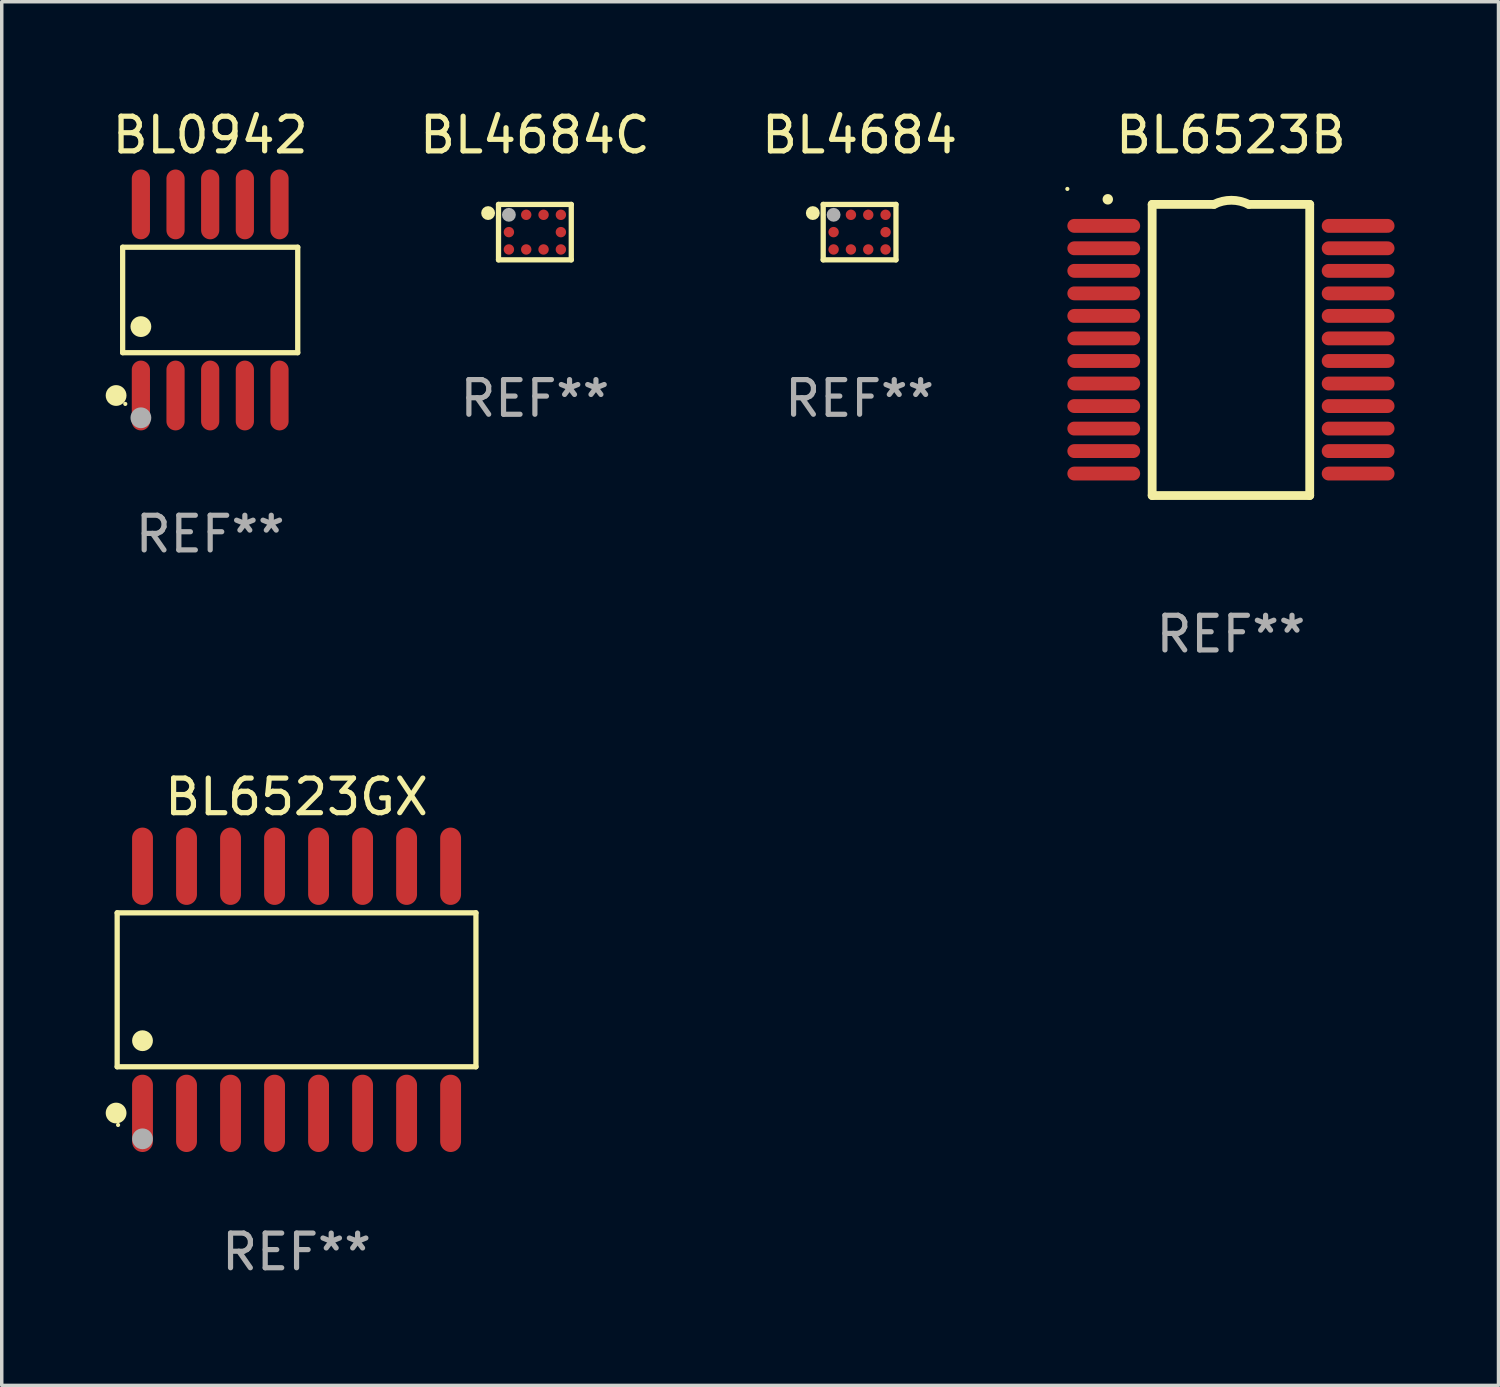
<source format=kicad_pcb>
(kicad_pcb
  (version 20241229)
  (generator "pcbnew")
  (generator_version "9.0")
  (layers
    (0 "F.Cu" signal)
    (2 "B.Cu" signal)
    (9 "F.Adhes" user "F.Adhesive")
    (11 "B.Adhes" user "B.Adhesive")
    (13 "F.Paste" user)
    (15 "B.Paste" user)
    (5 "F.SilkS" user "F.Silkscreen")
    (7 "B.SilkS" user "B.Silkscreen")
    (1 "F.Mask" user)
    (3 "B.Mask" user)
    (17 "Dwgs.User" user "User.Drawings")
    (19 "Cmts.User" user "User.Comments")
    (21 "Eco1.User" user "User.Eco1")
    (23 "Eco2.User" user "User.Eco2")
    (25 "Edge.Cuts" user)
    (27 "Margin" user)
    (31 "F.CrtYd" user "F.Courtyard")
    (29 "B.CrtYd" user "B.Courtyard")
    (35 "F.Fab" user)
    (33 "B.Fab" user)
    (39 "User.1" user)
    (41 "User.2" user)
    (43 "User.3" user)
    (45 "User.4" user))
  (footprint "BL4684"
    (layer "F.Cu")
    (at 21.753 3.648)
    (property "Reference" "BL4684" (at 0 -2.8 0) (layer "F.SilkS") (effects (font (size 1 1) (thickness 0.15))))
    (attr through_hole)
    (fp_line (start -1.05 -0.8) (end 1.05 -0.8) (stroke (width 0.152) (type solid)) (layer "F.SilkS"))
    (fp_line (start -1.05 0.8) (end -1.05 -0.8) (stroke (width 0.152) (type solid)) (layer "F.SilkS"))
    (fp_line (start 1.05 -0.8) (end 1.05 0.8) (stroke (width 0.152) (type solid)) (layer "F.SilkS"))
    (fp_line (start 1.05 0.8) (end -1.05 0.8) (stroke (width 0.152) (type solid)) (layer "F.SilkS"))
    (fp_circle (center -1.35 -0.55) (end -1.25 -0.55) (stroke (width 0.2) (type solid)) (fill no) (layer "F.SilkS"))
    (fp_circle (center -1.025 -0.775) (end -0.995 -0.775) (stroke (width 0.06) (type solid)) (fill no) (layer "F.SilkS"))
    (fp_circle (center -0.75 -0.5) (end -0.65 -0.5) (stroke (width 0.2) (type solid)) (fill no) (layer "F.Fab"))
    (fp_text user "REF**" (at 0 4.8 0) (layer "F.Fab") (effects (font (size 1 1) (thickness 0.15))))
    (pad "A1" smd circle (at -0.75 -0.5) (size 0.3 0.3) (layers "F.Cu" "F.Mask" "F.Paste"))
    (pad "A2" smd circle (at -0.25 -0.5) (size 0.3 0.3) (layers "F.Cu" "F.Mask" "F.Paste"))
    (pad "A3" smd circle (at 0.25 -0.5) (size 0.3 0.3) (layers "F.Cu" "F.Mask" "F.Paste"))
    (pad "A4" smd circle (at 0.75 -0.5) (size 0.3 0.3) (layers "F.Cu" "F.Mask" "F.Paste"))
    (pad "B1" smd circle (at -0.75 -0.000127) (size 0.3 0.3) (layers "F.Cu" "F.Mask" "F.Paste"))
    (pad "B4" smd circle (at 0.75 -0.000127) (size 0.3 0.3) (layers "F.Cu" "F.Mask" "F.Paste"))
    (pad "C1" smd circle (at -0.75 0.5) (size 0.3 0.3) (layers "F.Cu" "F.Mask" "F.Paste"))
    (pad "C2" smd circle (at -0.25 0.5) (size 0.3 0.3) (layers "F.Cu" "F.Mask" "F.Paste"))
    (pad "C3" smd circle (at 0.25 0.5) (size 0.3 0.3) (layers "F.Cu" "F.Mask" "F.Paste"))
    (pad "C4" smd circle (at 0.75 0.5) (size 0.3 0.3) (layers "F.Cu" "F.Mask" "F.Paste")))
  (footprint "BL4684C"
    (layer "F.Cu")
    (at 12.384 3.648)
    (property "Reference" "BL4684C" (at 0 -2.8 0) (layer "F.SilkS") (effects (font (size 1 1) (thickness 0.15))))
    (attr through_hole)
    (fp_line (start -1.05 -0.8) (end 1.05 -0.8) (stroke (width 0.152) (type solid)) (layer "F.SilkS"))
    (fp_line (start -1.05 0.8) (end -1.05 -0.8) (stroke (width 0.152) (type solid)) (layer "F.SilkS"))
    (fp_line (start 1.05 -0.8) (end 1.05 0.8) (stroke (width 0.152) (type solid)) (layer "F.SilkS"))
    (fp_line (start 1.05 0.8) (end -1.05 0.8) (stroke (width 0.152) (type solid)) (layer "F.SilkS"))
    (fp_circle (center -1.35 -0.55) (end -1.25 -0.55) (stroke (width 0.2) (type solid)) (fill no) (layer "F.SilkS"))
    (fp_circle (center -1.025 -0.775) (end -0.995 -0.775) (stroke (width 0.06) (type solid)) (fill no) (layer "F.SilkS"))
    (fp_circle (center -0.75 -0.5) (end -0.65 -0.5) (stroke (width 0.2) (type solid)) (fill no) (layer "F.Fab"))
    (fp_text user "REF**" (at 0 4.8 0) (layer "F.Fab") (effects (font (size 1 1) (thickness 0.15))))
    (pad "A1" smd circle (at -0.75 -0.5) (size 0.3 0.3) (layers "F.Cu" "F.Mask" "F.Paste"))
    (pad "A2" smd circle (at -0.25 -0.5) (size 0.3 0.3) (layers "F.Cu" "F.Mask" "F.Paste"))
    (pad "A3" smd circle (at 0.25 -0.5) (size 0.3 0.3) (layers "F.Cu" "F.Mask" "F.Paste"))
    (pad "A4" smd circle (at 0.75 -0.5) (size 0.3 0.3) (layers "F.Cu" "F.Mask" "F.Paste"))
    (pad "B1" smd circle (at -0.75 -0.000127) (size 0.3 0.3) (layers "F.Cu" "F.Mask" "F.Paste"))
    (pad "B4" smd circle (at 0.75 -0.000127) (size 0.3 0.3) (layers "F.Cu" "F.Mask" "F.Paste"))
    (pad "C1" smd circle (at -0.75 0.5) (size 0.3 0.3) (layers "F.Cu" "F.Mask" "F.Paste"))
    (pad "C2" smd circle (at -0.25 0.5) (size 0.3 0.3) (layers "F.Cu" "F.Mask" "F.Paste"))
    (pad "C3" smd circle (at 0.25 0.5) (size 0.3 0.3) (layers "F.Cu" "F.Mask" "F.Paste"))
    (pad "C4" smd circle (at 0.75 0.5) (size 0.3 0.3) (layers "F.Cu" "F.Mask" "F.Paste")))
  (footprint "BL0942"
    (layer "F.Cu")
    (at 3.015 5.605)
    (property "Reference" "BL0942" (at 0 -4.757 0) (layer "F.SilkS") (effects (font (size 1 1) (thickness 0.15))))
    (attr through_hole)
    (fp_line (start -2.526 -1.521) (end 2.526 -1.521) (stroke (width 0.152) (type solid)) (layer "F.SilkS"))
    (fp_line (start -2.526 1.521) (end -2.526 -1.521) (stroke (width 0.152) (type solid)) (layer "F.SilkS"))
    (fp_line (start 2.526 -1.521) (end 2.526 1.521) (stroke (width 0.152) (type solid)) (layer "F.SilkS"))
    (fp_line (start 2.526 1.521) (end -2.526 1.521) (stroke (width 0.152) (type solid)) (layer "F.SilkS"))
    (fp_circle (center -2.715 2.757) (end -2.565 2.757) (stroke (width 0.3) (type solid)) (fill no) (layer "F.SilkS"))
    (fp_circle (center -2.45 3) (end -2.42 3) (stroke (width 0.06) (type solid)) (fill no) (layer "F.SilkS"))
    (fp_circle (center -2 0.769) (end -1.85 0.769) (stroke (width 0.3) (type solid)) (fill no) (layer "F.SilkS"))
    (fp_circle (center -2 3.4) (end -1.85 3.4) (stroke (width 0.3) (type solid)) (fill no) (layer "F.Fab"))
    (fp_text user "REF**" (at 0 6.757 0) (layer "F.Fab") (effects (font (size 1 1) (thickness 0.15))))
    (pad "1" smd oval (at -2 2.757) (size 0.525 2.014) (layers "F.Cu" "F.Mask" "F.Paste"))
    (pad "2" smd oval (at -1 2.757) (size 0.525 2.014) (layers "F.Cu" "F.Mask" "F.Paste"))
    (pad "3" smd oval (at 0 2.757) (size 0.525 2.014) (layers "F.Cu" "F.Mask" "F.Paste"))
    (pad "4" smd oval (at 1 2.757) (size 0.525 2.014) (layers "F.Cu" "F.Mask" "F.Paste"))
    (pad "5" smd oval (at 2 2.757) (size 0.525 2.014) (layers "F.Cu" "F.Mask" "F.Paste"))
    (pad "6" smd oval (at 2 -2.757) (size 0.525 2.014) (layers "F.Cu" "F.Mask" "F.Paste"))
    (pad "7" smd oval (at 1 -2.757) (size 0.525 2.014) (layers "F.Cu" "F.Mask" "F.Paste"))
    (pad "8" smd oval (at 0 -2.757) (size 0.525 2.014) (layers "F.Cu" "F.Mask" "F.Paste"))
    (pad "9" smd oval (at -1 -2.757) (size 0.525 2.014) (layers "F.Cu" "F.Mask" "F.Paste"))
    (pad "10" smd oval (at -2 -2.757) (size 0.525 2.014) (layers "F.Cu" "F.Mask" "F.Paste")))
  (footprint "BL6523GX"
    (layer "F.Cu")
    (at 5.507 25.51)
    (property "Reference" "BL6523GX" (at 0 -5.565 0) (layer "F.SilkS") (effects (font (size 1 1) (thickness 0.15))))
    (attr through_hole)
    (fp_line (start -5.176 -2.221) (end 5.176 -2.221) (stroke (width 0.152) (type solid)) (layer "F.SilkS"))
    (fp_line (start -5.176 2.221) (end -5.176 -2.221) (stroke (width 0.152) (type solid)) (layer "F.SilkS"))
    (fp_line (start 5.176 -2.221) (end 5.176 2.221) (stroke (width 0.152) (type solid)) (layer "F.SilkS"))
    (fp_line (start 5.176 2.221) (end -5.176 2.221) (stroke (width 0.152) (type solid)) (layer "F.SilkS"))
    (fp_circle (center -5.207 3.556) (end -5.057 3.556) (stroke (width 0.3) (type solid)) (fill no) (layer "F.SilkS"))
    (fp_circle (center -5.15 3.9) (end -5.12 3.9) (stroke (width 0.06) (type solid)) (fill no) (layer "F.SilkS"))
    (fp_circle (center -4.445 1.469) (end -4.295 1.469) (stroke (width 0.3) (type solid)) (fill no) (layer "F.SilkS"))
    (fp_circle (center -4.445 4.3) (end -4.295 4.3) (stroke (width 0.3) (type solid)) (fill no) (layer "F.Fab"))
    (fp_text user "REF**" (at 0 7.565 0) (layer "F.Fab") (effects (font (size 1 1) (thickness 0.15))))
    (pad "1" smd oval (at -4.445 3.565) (size 0.602 2.231) (layers "F.Cu" "F.Mask" "F.Paste"))
    (pad "2" smd oval (at -3.175 3.565) (size 0.602 2.231) (layers "F.Cu" "F.Mask" "F.Paste"))
    (pad "3" smd oval (at -1.905 3.565) (size 0.602 2.231) (layers "F.Cu" "F.Mask" "F.Paste"))
    (pad "4" smd oval (at -0.635 3.565) (size 0.602 2.231) (layers "F.Cu" "F.Mask" "F.Paste"))
    (pad "5" smd oval (at 0.635 3.565) (size 0.602 2.231) (layers "F.Cu" "F.Mask" "F.Paste"))
    (pad "6" smd oval (at 1.905 3.565) (size 0.602 2.231) (layers "F.Cu" "F.Mask" "F.Paste"))
    (pad "7" smd oval (at 3.175 3.565) (size 0.602 2.231) (layers "F.Cu" "F.Mask" "F.Paste"))
    (pad "8" smd oval (at 4.445 3.565) (size 0.602 2.231) (layers "F.Cu" "F.Mask" "F.Paste"))
    (pad "9" smd oval (at 4.445 -3.565) (size 0.602 2.231) (layers "F.Cu" "F.Mask" "F.Paste"))
    (pad "10" smd oval (at 3.175 -3.565) (size 0.602 2.231) (layers "F.Cu" "F.Mask" "F.Paste"))
    (pad "11" smd oval (at 1.905 -3.565) (size 0.602 2.231) (layers "F.Cu" "F.Mask" "F.Paste"))
    (pad "12" smd oval (at 0.635 -3.565) (size 0.602 2.231) (layers "F.Cu" "F.Mask" "F.Paste"))
    (pad "13" smd oval (at -0.635 -3.565) (size 0.602 2.231) (layers "F.Cu" "F.Mask" "F.Paste"))
    (pad "14" smd oval (at -1.905 -3.565) (size 0.602 2.231) (layers "F.Cu" "F.Mask" "F.Paste"))
    (pad "15" smd oval (at -3.175 -3.565) (size 0.602 2.231) (layers "F.Cu" "F.Mask" "F.Paste"))
    (pad "16" smd oval (at -4.445 -3.565) (size 0.602 2.231) (layers "F.Cu" "F.Mask" "F.Paste")))
  (footprint "BL6523B"
    (layer "F.Cu")
    (at 32.468 7.048)
    (property "Reference" "BL6523B" (at 0 -6.2 0) (layer "F.SilkS") (effects (font (size 1 1) (thickness 0.15))))
    (attr through_hole)
    (fp_line (start -2.273 -4.2) (end -0.487 -4.2) (stroke (width 0.254) (type solid)) (layer "F.SilkS"))
    (fp_line (start -2.273 4.2) (end -2.273 -4.2) (stroke (width 0.254) (type solid)) (layer "F.SilkS"))
    (fp_line (start 0.513 -4.2) (end 2.273 -4.2) (stroke (width 0.254) (type solid)) (layer "F.SilkS"))
    (fp_line (start 2.273 -4.2) (end 2.273 4.2) (stroke (width 0.254) (type solid)) (layer "F.SilkS"))
    (fp_line (start 2.273 4.2) (end -2.273 4.2) (stroke (width 0.254) (type solid)) (layer "F.SilkS"))
    (fp_arc (start -3.553467 -4.345949) (mid -3.553472 -4.347219) (end -3.553467 -4.348489) (stroke (width 0.3) (type solid)) (layer "F.SilkS"))
    (fp_arc (start -0.487681 -4.201168) (mid 0.0127 -4.319332) (end 0.513081 -4.201168) (stroke (width 0.254001) (type solid)) (layer "F.SilkS"))
    (fp_circle (center -4.72 -4.647) (end -4.69 -4.647) (stroke (width 0.06) (type solid)) (fill no) (layer "F.SilkS"))
    (fp_text user "REF**" (at 0 8.2 0) (layer "F.Fab") (effects (font (size 1 1) (thickness 0.15))))
    (pad "1" smd oval (at -3.67 -3.581 90) (size 0.4 2.1) (layers "F.Cu" "F.Mask" "F.Paste"))
    (pad "2" smd oval (at -3.67 -2.934 90) (size 0.4 2.1) (layers "F.Cu" "F.Mask" "F.Paste"))
    (pad "3" smd oval (at -3.67 -2.283 90) (size 0.4 2.1) (layers "F.Cu" "F.Mask" "F.Paste"))
    (pad "4" smd oval (at -3.67 -1.633 90) (size 0.4 2.1) (layers "F.Cu" "F.Mask" "F.Paste"))
    (pad "5" smd oval (at -3.67 -0.983 90) (size 0.4 2.1) (layers "F.Cu" "F.Mask" "F.Paste"))
    (pad "6" smd oval (at -3.67 -0.333 90) (size 0.4 2.1) (layers "F.Cu" "F.Mask" "F.Paste"))
    (pad "7" smd oval (at -3.67 0.318 90) (size 0.4 2.1) (layers "F.Cu" "F.Mask" "F.Paste"))
    (pad "8" smd oval (at -3.67 0.968 90) (size 0.4 2.1) (layers "F.Cu" "F.Mask" "F.Paste"))
    (pad "9" smd oval (at -3.67 1.618 90) (size 0.4 2.1) (layers "F.Cu" "F.Mask" "F.Paste"))
    (pad "10" smd oval (at -3.67 2.268 90) (size 0.4 2.1) (layers "F.Cu" "F.Mask" "F.Paste"))
    (pad "11" smd oval (at -3.67 2.918 90) (size 0.4 2.1) (layers "F.Cu" "F.Mask" "F.Paste"))
    (pad "12" smd oval (at -3.67 3.566 90) (size 0.4 2.1) (layers "F.Cu" "F.Mask" "F.Paste"))
    (pad "13" smd oval (at 3.67 3.566 90) (size 0.4 2.1) (layers "F.Cu" "F.Mask" "F.Paste"))
    (pad "14" smd oval (at 3.67 2.918 90) (size 0.4 2.1) (layers "F.Cu" "F.Mask" "F.Paste"))
    (pad "15" smd oval (at 3.67 2.268 90) (size 0.4 2.1) (layers "F.Cu" "F.Mask" "F.Paste"))
    (pad "16" smd oval (at 3.67 1.618 90) (size 0.4 2.1) (layers "F.Cu" "F.Mask" "F.Paste"))
    (pad "17" smd oval (at 3.67 0.968 90) (size 0.4 2.1) (layers "F.Cu" "F.Mask" "F.Paste"))
    (pad "18" smd oval (at 3.67 0.318 90) (size 0.4 2.1) (layers "F.Cu" "F.Mask" "F.Paste"))
    (pad "19" smd oval (at 3.67 -0.333 90) (size 0.4 2.1) (layers "F.Cu" "F.Mask" "F.Paste"))
    (pad "20" smd oval (at 3.67 -0.983 90) (size 0.4 2.1) (layers "F.Cu" "F.Mask" "F.Paste"))
    (pad "21" smd oval (at 3.67 -1.633 90) (size 0.4 2.1) (layers "F.Cu" "F.Mask" "F.Paste"))
    (pad "22" smd oval (at 3.67 -2.283 90) (size 0.4 2.1) (layers "F.Cu" "F.Mask" "F.Paste"))
    (pad "23" smd oval (at 3.67 -2.934 90) (size 0.4 2.1) (layers "F.Cu" "F.Mask" "F.Paste"))
    (pad "24" smd oval (at 3.67 -3.581 90) (size 0.4 2.1) (layers "F.Cu" "F.Mask" "F.Paste")))
  (gr_rect
    (start -3 -3)
    (end 40.188 36.924)
    (stroke (width 0.1) (type default))
    (fill no)
    (layer "Edge.Cuts")))
</source>
